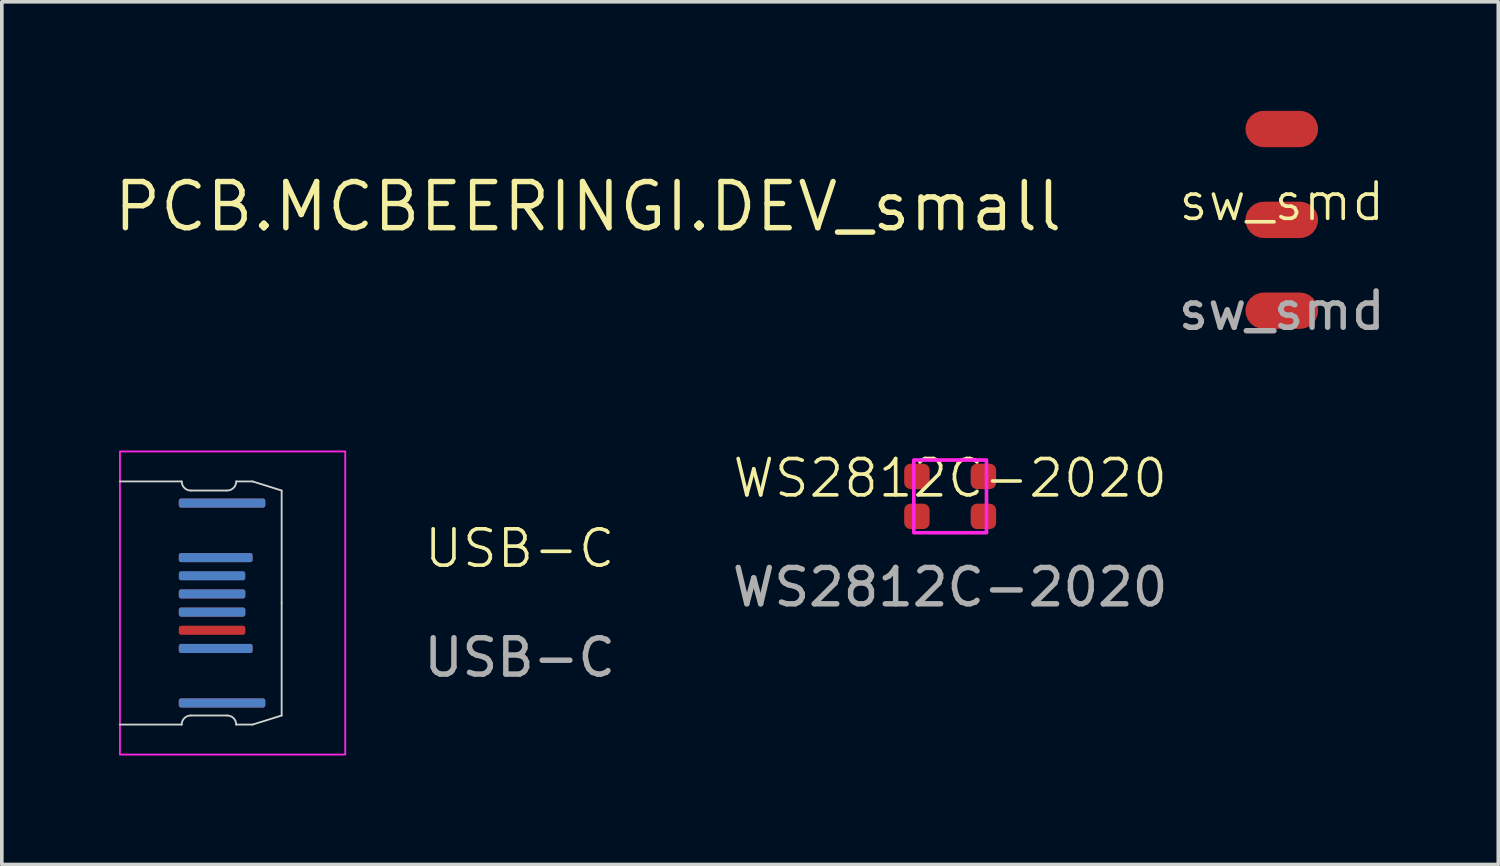
<source format=kicad_pcb>
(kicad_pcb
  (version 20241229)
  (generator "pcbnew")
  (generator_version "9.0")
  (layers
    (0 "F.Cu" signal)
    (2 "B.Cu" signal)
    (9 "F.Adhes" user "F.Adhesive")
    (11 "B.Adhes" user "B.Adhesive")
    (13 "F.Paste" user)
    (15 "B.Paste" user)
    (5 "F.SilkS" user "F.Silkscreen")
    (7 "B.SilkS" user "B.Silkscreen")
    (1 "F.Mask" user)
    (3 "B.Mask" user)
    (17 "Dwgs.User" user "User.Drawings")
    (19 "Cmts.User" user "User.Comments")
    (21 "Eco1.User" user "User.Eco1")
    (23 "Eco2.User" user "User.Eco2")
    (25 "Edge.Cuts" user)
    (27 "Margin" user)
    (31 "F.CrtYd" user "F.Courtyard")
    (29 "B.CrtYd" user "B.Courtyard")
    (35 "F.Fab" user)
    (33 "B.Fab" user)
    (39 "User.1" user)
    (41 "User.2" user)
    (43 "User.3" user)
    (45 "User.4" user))
  (footprint "WS2812C-2020"
    (layer "F.Cu")
    (at 23.095 10.609)
    (property "Reference" "WS2812C-2020" (at 0 -0.5 0) (unlocked yes) (layer "F.SilkS") (effects (font (size 1 1) (thickness 0.1))))
    (attr smd)
    (fp_rect (start -1 -1) (end 1 1) (stroke (width 0.1) (type default)) (fill no) (layer "F.CrtYd"))
    (fp_text user "${REFERENCE}" (at 0 2.5 0) (unlocked yes) (layer "F.Fab") (effects (font (size 1 1) (thickness 0.15))))
    (pad "1" smd roundrect (at 0.915 0.55) (size 0.7 0.7) (layers "F.Cu" "F.Mask" "F.Paste") (roundrect_rratio 0.25))
    (pad "2" smd roundrect (at 0.915 -0.55) (size 0.7 0.7) (layers "F.Cu" "F.Mask" "F.Paste") (roundrect_rratio 0.25))
    (pad "3" smd roundrect (at -0.915 -0.55) (size 0.7 0.7) (layers "F.Cu" "F.Mask" "F.Paste") (roundrect_rratio 0.25))
    (pad "4" smd roundrect (at -0.915 0.55) (size 0.7 0.7) (layers "F.Cu" "F.Mask" "F.Paste") (roundrect_rratio 0.25)))
  (footprint "PCB.MCBEERINGI.DEV_small"
    (layer "F.Cu")
    (at 13.131 2.635)
    (property "Reference" "PCB.MCBEERINGI.DEV_small" (at 0 0 0) (layer "F.SilkS") (effects (font (size 1.27 1.27) (thickness 0.15))))
    (attr board_only exclude_from_pos_files exclude_from_bom)
    (fp_poly (pts (xy -1.374 -1.75) (xy -1.374 -1.374) (xy -1.75 -1.374) (xy -2.125 -1.374) (xy -2.125 -1.75) (xy -2.125 -2.125) (xy -1.75 -2.125) (xy -1.374 -2.125)) (stroke (width 0) (type solid)) (fill yes) (layer "F.Mask"))
    (fp_poly (pts (xy -1.374 1.75) (xy -1.374 2.125) (xy -1.75 2.125) (xy -2.125 2.125) (xy -2.125 1.75) (xy -2.125 1.374) (xy -1.75 1.374) (xy -1.374 1.374)) (stroke (width 0) (type solid)) (fill yes) (layer "F.Mask"))
    (fp_poly (pts (xy 2.125 -1.75) (xy 2.125 -1.374) (xy 1.75 -1.374) (xy 1.374 -1.374) (xy 1.374 -1.75) (xy 1.374 -2.125) (xy 1.75 -2.125) (xy 2.125 -2.125)) (stroke (width 0) (type solid)) (fill yes) (layer "F.Mask"))
    (fp_poly (pts (xy 2.621 -0.375) (xy 2.621 -0.127) (xy 2.5 -0.127) (xy 2.38 -0.127) (xy 2.38 -0.375) (xy 2.38 -0.623) (xy 2.5 -0.623) (xy 2.621 -0.623)) (stroke (width 0) (type solid)) (fill yes) (layer "F.Mask"))
    (fp_poly (pts (xy 2.38 0.751) (xy 2.38 0.878) (xy 2.5 0.878) (xy 2.621 0.878) (xy 2.621 1.006) (xy 2.621 1.133) (xy 2.373 1.133) (xy 2.125 1.133) (xy 2.125 0.878) (xy 2.125 0.623) (xy 2.252 0.623) (xy 2.38 0.623)) (stroke (width 0) (type solid)) (fill yes) (layer "F.Mask"))
    (fp_poly (pts (xy -0.878 -1.757) (xy -0.878 -0.878) (xy -1.75 -0.878) (xy -2.621 -0.878) (xy -2.621 -1.133) (xy -2.38 -1.133) (xy -1.757 -1.133) (xy -1.133 -1.133) (xy -1.133 -1.757) (xy -1.133 -2.38) (xy -1.753 -2.377) (xy -2.373 -2.373) (xy -2.377 -1.753) (xy -2.38 -1.133) (xy -2.621 -1.133) (xy -2.621 -1.757) (xy -2.621 -2.635) (xy -1.75 -2.635) (xy -0.878 -2.635)) (stroke (width 0) (type solid)) (fill yes) (layer "F.Mask"))
    (fp_poly (pts (xy 2.621 -1.757) (xy 2.621 -0.878) (xy 1.75 -0.878) (xy 0.878 -0.878) (xy 0.878 -1.757) (xy 0.878 -1.757) (xy 1.133 -1.757) (xy 1.133 -1.133) (xy 1.757 -1.133) (xy 2.38 -1.133) (xy 2.377 -1.753) (xy 2.373 -2.373) (xy 1.753 -2.377) (xy 1.133 -2.38) (xy 1.133 -1.757) (xy 0.878 -1.757) (xy 0.878 -2.635) (xy 1.75 -2.635) (xy 2.621 -2.635)) (stroke (width 0) (type solid)) (fill yes) (layer "F.Mask"))
    (fp_poly (pts (xy -0.878 1.757) (xy -0.878 2.635) (xy -1.75 2.635) (xy -2.621 2.635) (xy -2.621 1.757) (xy -2.621 1.747) (xy -2.38 1.747) (xy -2.38 1.876) (xy -2.379 1.997) (xy -2.378 2.105) (xy -2.377 2.199) (xy -2.375 2.276) (xy -2.374 2.331) (xy -2.372 2.364) (xy -2.37 2.37) (xy -2.355 2.372) (xy -2.314 2.374) (xy -2.25 2.376) (xy -2.167 2.377) (xy -2.067 2.379) (xy -1.954 2.379) (xy -1.83 2.38) (xy -1.747 2.38) (xy -1.133 2.38) (xy -1.133 1.757) (xy -1.133 1.133) (xy -1.757 1.133) (xy -2.38 1.133) (xy -2.38 1.747) (xy -2.621 1.747) (xy -2.621 0.878) (xy -1.75 0.878) (xy -0.878 0.878)) (stroke (width 0) (type solid)) (fill yes) (layer "F.Mask"))
    (fp_poly (pts (xy 2.377 1.626) (xy 2.373 1.877) (xy 2.249 1.881) (xy 2.125 1.885) (xy 2.125 2.133) (xy 2.125 2.38) (xy 2.253 2.38) (xy 2.381 2.38) (xy 2.377 2.504) (xy 2.373 2.628) (xy 2.001 2.632) (xy 1.629 2.635) (xy 1.629 2.508) (xy 1.629 2.38) (xy 1.75 2.38) (xy 1.87 2.38) (xy 1.87 2.252) (xy 1.87 2.125) (xy 1.75 2.125) (xy 1.629 2.125) (xy 1.629 2.005) (xy 1.629 1.884) (xy 1.502 1.884) (xy 1.374 1.884) (xy 1.374 1.757) (xy 1.374 1.629) (xy 1.502 1.629) (xy 1.629 1.629) (xy 1.629 1.75) (xy 1.629 1.87) (xy 1.75 1.87) (xy 1.87 1.87) (xy 1.87 1.622) (xy 1.87 1.374) (xy 2.125 1.374) (xy 2.381 1.374)) (stroke (width 0) (type solid)) (fill yes) (layer "F.Mask"))
    (fp_poly (pts (xy -1.629 -0.496) (xy -1.629 -0.368) (xy -1.75 -0.368) (xy -1.87 -0.368) (xy -1.87 -0.248) (xy -1.87 -0.127) (xy -1.622 -0.127) (xy -1.374 -0.127) (xy -1.374 0.128) (xy -1.374 0.384) (xy -1.498 0.379) (xy -1.622 0.375) (xy -1.626 0.251) (xy -1.63 0.127) (xy -1.75 0.127) (xy -1.869 0.127) (xy -1.873 0.251) (xy -1.877 0.375) (xy -2.001 0.379) (xy -2.125 0.384) (xy -2.125 0.503) (xy -2.125 0.623) (xy -2.252 0.623) (xy -2.38 0.623) (xy -2.38 0.375) (xy -2.38 0.128) (xy -2.129 0.124) (xy -1.877 0.12) (xy -1.877 0) (xy -1.877 -0.12) (xy -2.125 -0.12) (xy -2.373 -0.12) (xy -2.377 0.004) (xy -2.381 0.127) (xy -2.5 0.127) (xy -2.621 0.127) (xy -2.621 -0.248) (xy -2.621 -0.623) (xy -2.125 -0.623) (xy -1.629 -0.623)) (stroke (width 0) (type solid)) (fill yes) (layer "F.Mask"))
    (fp_poly (pts (xy 0.878 -0.503) (xy 0.878 -0.382) (xy 1.126 -0.382) (xy 1.374 -0.382) (xy 1.374 -0.503) (xy 1.374 -0.623) (xy 1.75 -0.623) (xy 2.125 -0.623) (xy 2.125 -0.496) (xy 2.125 -0.368) (xy 1.877 -0.368) (xy 1.629 -0.368) (xy 1.629 -0.248) (xy 1.629 -0.127) (xy 1.877 -0.127) (xy 2.125 -0.127) (xy 2.125 0) (xy 2.125 0.127) (xy 1.997 0.127) (xy 1.87 0.127) (xy 1.87 0.255) (xy 1.87 0.382) (xy 1.75 0.382) (xy 1.629 0.382) (xy 1.629 0.255) (xy 1.629 0.127) (xy 1.502 0.127) (xy 1.374 0.127) (xy 1.374 0.256) (xy 1.374 0.384) (xy 1.25 0.379) (xy 1.126 0.375) (xy 1.122 0.124) (xy 1.118 -0.127) (xy 0.999 -0.127) (xy 0.879 -0.127) (xy 0.875 0.124) (xy 0.871 0.375) (xy 0.747 0.379) (xy 0.623 0.384) (xy 0.623 -0.12) (xy 0.623 -0.623) (xy 0.751 -0.623) (xy 0.878 -0.623)) (stroke (width 0) (type solid)) (fill yes) (layer "F.Mask"))
    (fp_poly (pts (xy -0.127 -2.507) (xy -0.127 -2.38) (xy 0 -2.38) (xy 0.127 -2.38) (xy 0.127 -2.507) (xy 0.127 -2.635) (xy 0.375 -2.635) (xy 0.623 -2.635) (xy 0.623 -2.507) (xy 0.623 -2.38) (xy 0.503 -2.38) (xy 0.382 -2.38) (xy 0.382 -2.132) (xy 0.382 -1.884) (xy 0.503 -1.884) (xy 0.623 -1.884) (xy 0.623 -1.757) (xy 0.623 -1.629) (xy 0.375 -1.629) (xy 0.127 -1.629) (xy 0.127 -1.502) (xy 0.127 -1.374) (xy 0 -1.374) (xy -0.127 -1.374) (xy -0.127 -1.254) (xy -0.127 -1.133) (xy 0 -1.133) (xy 0.127 -1.133) (xy 0.127 -1.254) (xy 0.127 -1.374) (xy 0.375 -1.374) (xy 0.623 -1.374) (xy 0.623 -0.999) (xy 0.623 -0.623) (xy 0.503 -0.623) (xy 0.383 -0.623) (xy 0.379 -0.251) (xy 0.375 0.12) (xy 0.124 0.124) (xy -0.127 0.128) (xy -0.127 0.000327) (xy -0.127 -0.127) (xy -0.247 -0.127) (xy -0.367 -0.127) (xy -0.371 -0.004) (xy -0.375 0.12) (xy -0.499 0.125) (xy -0.623 0.129) (xy -0.623 0.248) (xy -0.623 0.368) (xy -0.375 0.368) (xy -0.127 0.368) (xy -0.127 0.623) (xy -0.127 0.878) (xy 0 0.878) (xy 0.127 0.878) (xy 0.127 0.999) (xy 0.127 1.119) (xy 0.375 1.119) (xy 0.623 1.119) (xy 0.623 0.999) (xy 0.623 0.878) (xy 0.751 0.878) (xy 0.878 0.878) (xy 0.878 0.999) (xy 0.878 1.119) (xy 1.126 1.119) (xy 1.374 1.119) (xy 1.374 0.871) (xy 1.374 0.623) (xy 1.502 0.623) (xy 1.629 0.623) (xy 1.629 0.751) (xy 1.629 0.878) (xy 1.75 0.878) (xy 1.87 0.878) (xy 1.87 1.126) (xy 1.87 1.374) (xy 1.502 1.374) (xy 1.134 1.374) (xy 1.13 1.626) (xy 1.126 1.877) (xy 1.002 1.881) (xy 0.878 1.885) (xy 0.878 2.005) (xy 0.878 2.125) (xy 1.126 2.125) (xy 1.374 2.125) (xy 1.374 2.38) (xy 1.374 2.636) (xy 1.25 2.632) (xy 1.126 2.628) (xy 1.122 2.504) (xy 1.118 2.38) (xy 0.999 2.38) (xy 0.879 2.38) (xy 0.875 2.504) (xy 0.871 2.628) (xy 0.747 2.632) (xy 0.623 2.636) (xy 0.623 2.508) (xy 0.623 2.38) (xy 0.375 2.38) (xy 0.127 2.38) (xy 0.127 2.252) (xy 0.127 2.125) (xy -0.12 2.125) (xy -0.368 2.125) (xy -0.372 2.376) (xy -0.375 2.628) (xy -0.499 2.632) (xy -0.623 2.636) (xy -0.623 2.133) (xy -0.623 1.629) (xy -0.496 1.629) (xy -0.368 1.629) (xy -0.368 1.75) (xy -0.368 1.87) (xy 0.255 1.87) (xy 0.878 1.87) (xy 0.878 1.75) (xy 0.878 1.63) (xy 0.627 1.626) (xy 0.375 1.622) (xy 0.371 1.498) (xy 0.367 1.374) (xy 0.247 1.374) (xy 0.127 1.374) (xy 0.127 1.502) (xy 0.127 1.629) (xy 0 1.629) (xy -0.127 1.629) (xy -0.127 1.382) (xy -0.127 1.254) (xy 0.623 1.254) (xy 0.623 1.374) (xy 0.751 1.374) (xy 0.878 1.374) (xy 0.878 1.254) (xy 0.878 1.133) (xy 0.751 1.133) (xy 0.623 1.133) (xy 0.623 1.254) (xy -0.127 1.254) (xy -0.127 1.134) (xy -0.251 1.13) (xy -0.375 1.126) (xy -0.379 1.002) (xy -0.384 0.878) (xy -0.503 0.878) (xy -0.623 0.878) (xy -0.623 0.63) (xy -0.623 0.382) (xy -0.751 0.382) (xy -0.878 0.382) (xy -0.878 0.503) (xy -0.878 0.623) (xy -1.006 0.623) (xy -1.134 0.623) (xy -1.13 0.499) (xy -1.126 0.375) (xy -1.002 0.371) (xy -0.878 0.367) (xy -0.878 0.248) (xy -0.878 0.129) (xy -1.002 0.125) (xy -1.126 0.12) (xy -1.126 0) (xy -1.126 -0.12) (xy -1.002 -0.125) (xy -0.878 -0.129) (xy -0.878 -0.248) (xy -0.623 -0.248) (xy -0.623 -0.127) (xy -0.503 -0.127) (xy -0.382 -0.127) (xy -0.382 -0.248) (xy -0.382 -0.368) (xy -0.503 -0.368) (xy -0.623 -0.368) (xy -0.623 -0.248) (xy -0.878 -0.248) (xy -0.878 -0.367) (xy -1.002 -0.371) (xy -1.126 -0.375) (xy -1.13 -0.499) (xy -1.134 -0.623) (xy -1.006 -0.623) (xy -0.878 -0.623) (xy -0.878 -0.503) (xy -0.878 -0.382) (xy -0.751 -0.382) (xy -0.623 -0.382) (xy -0.623 -0.503) (xy -0.368 -0.503) (xy -0.368 -0.382) (xy -0.248 -0.382) (xy -0.127 -0.382) (xy -0.127 -0.255) (xy -0.127 -0.127) (xy 0 -0.127) (xy 0.127 -0.127) (xy 0.127 -0.375) (xy 0.127 -0.623) (xy -0.12 -0.623) (xy -0.368 -0.623) (xy -0.368 -0.503) (xy -0.623 -0.503) (xy -0.623 -0.623) (xy -0.503 -0.623) (xy -0.382 -0.623) (xy -0.382 -0.751) (xy -0.382 -0.878) (xy -0.503 -0.878) (xy -0.623 -0.878) (xy -0.623 -0.999) (xy -0.368 -0.999) (xy -0.368 -0.878) (xy -0.248 -0.878) (xy -0.127 -0.878) (xy -0.127 -0.999) (xy 0.127 -0.999) (xy 0.127 -0.878) (xy 0.248 -0.878) (xy 0.368 -0.878) (xy 0.368 -0.999) (xy 0.368 -1.119) (xy 0.248 -1.119) (xy 0.127 -1.119) (xy 0.127 -0.999) (xy -0.127 -0.999) (xy -0.127 -1.119) (xy -0.248 -1.119) (xy -0.368 -1.119) (xy -0.368 -0.999) (xy -0.623 -0.999) (xy -0.623 -1.006) (xy -0.623 -1.133) (xy -0.503 -1.133) (xy -0.382 -1.133) (xy -0.382 -1.254) (xy -0.382 -1.374) (xy -0.503 -1.374) (xy -0.623 -1.374) (xy -0.623 -1.75) (xy -0.623 -2.125) (xy -0.496 -2.125) (xy -0.368 -2.125) (xy -0.368 -1.75) (xy -0.368 -1.374) (xy -0.248 -1.374) (xy -0.128 -1.374) (xy -0.124 -1.626) (xy -0.12 -1.877) (xy 0.004 -1.881) (xy 0.127 -1.885) (xy 0.127 -2.005) (xy 0.127 -2.125) (xy 0 -2.125) (xy -0.127 -2.125) (xy -0.127 -2.252) (xy -0.127 -2.38) (xy -0.375 -2.38) (xy -0.623 -2.38) (xy -0.623 -2.507) (xy -0.623 -2.635) (xy -0.375 -2.635) (xy -0.127 -2.635)) (stroke (width 0) (type solid)) (fill yes) (layer "F.Mask")))
  (footprint "sw_smd"
    (layer "F.Cu")
    (at 32.22 3)
    (property "Reference" "sw_smd" (at 0 -0.5 0) (unlocked yes) (layer "F.SilkS") (effects (font (size 1 1) (thickness 0.1))))
    (attr smd)
    (fp_text user "${REFERENCE}" (at 0 2.5 0) (unlocked yes) (layer "F.Fab") (effects (font (size 1 1) (thickness 0.15))))
    (pad "1" smd roundrect (at 0 -2.5) (size 2 1) (layers "F.Cu" "F.Mask" "F.Paste") (roundrect_rratio 0.5))
    (pad "2" smd roundrect (at 0 0) (size 2 1) (layers "F.Cu" "F.Mask" "F.Paste") (roundrect_rratio 0.5))
    (pad "3" smd roundrect (at 0 2.5) (size 2 1) (layers "F.Cu" "F.Mask" "F.Paste") (roundrect_rratio 0.5)))
  (footprint "USB-C"
    (layer "F.Cu")
    (at 0.25 13.543)
    (property "Reference" "USB-C" (at 11 -1.5 0) (unlocked yes) (layer "F.SilkS") (effects (font (size 1 1) (thickness 0.1))))
    (attr smd)
    (fp_line (start 0 -3.345) (end 1.7 -3.345) (stroke (width 0.05) (type default)) (layer "Edge.Cuts"))
    (fp_line (start 0 3.345) (end 1.7 3.345) (stroke (width 0.05) (type default)) (layer "Edge.Cuts"))
    (fp_line (start 1.95 -3.095) (end 2.95 -3.095) (stroke (width 0.05) (type default)) (layer "Edge.Cuts"))
    (fp_line (start 1.95 3.095) (end 2.95 3.095) (stroke (width 0.05) (type default)) (layer "Edge.Cuts"))
    (fp_line (start 3.2 -3.345) (end 3.65 -3.345) (stroke (width 0.05) (type default)) (layer "Edge.Cuts"))
    (fp_line (start 3.2 3.345) (end 3.65 3.345) (stroke (width 0.05) (type default)) (layer "Edge.Cuts"))
    (fp_line (start 3.65 -3.345) (end 4.45 -3.095) (stroke (width 0.05) (type default)) (layer "Edge.Cuts"))
    (fp_line (start 3.65 3.345) (end 4.45 3.095) (stroke (width 0.05) (type default)) (layer "Edge.Cuts"))
    (fp_line (start 4.45 -3.095) (end 4.45 0) (stroke (width 0.05) (type default)) (layer "Edge.Cuts"))
    (fp_line (start 4.45 3.095) (end 4.45 0) (stroke (width 0.05) (type default)) (layer "Edge.Cuts"))
    (fp_arc (start 1.7 3.345) (mid 1.773223 3.168223) (end 1.95 3.095) (stroke (width 0.05) (type default)) (layer "Edge.Cuts"))
    (fp_arc (start 1.95 -3.095) (mid 1.773223 -3.168223) (end 1.7 -3.345) (stroke (width 0.05) (type default)) (layer "Edge.Cuts"))
    (fp_arc (start 2.95 3.095) (mid 3.126777 3.168223) (end 3.2 3.345) (stroke (width 0.05) (type default)) (layer "Edge.Cuts"))
    (fp_arc (start 3.2 -3.345) (mid 3.126777 -3.168223) (end 2.95 -3.095) (stroke (width 0.05) (type default)) (layer "Edge.Cuts"))
    (fp_rect (start 0 -4.17) (end 6.2 4.17) (stroke (width 0.05) (type default)) (fill no) (layer "F.CrtYd"))
    (fp_text user "${REFERENCE}" (at 11 1.5 0) (unlocked yes) (layer "F.Fab") (effects (font (size 1 1) (thickness 0.15))))
    (pad "1" smd roundrect (at 2.81 -2.75) (size 2.38 0.25) (layers "F.Cu" "F.Mask" "F.Paste") (roundrect_rratio 0.25))
    (pad "1" smd roundrect (at 2.81 -2.75) (size 2.38 0.25) (layers "B.Cu" "B.Mask" "B.Paste") (roundrect_rratio 0.25))
    (pad "1" smd roundrect (at 2.81 2.75) (size 2.38 0.25) (layers "F.Cu" "F.Mask" "F.Paste") (roundrect_rratio 0.25))
    (pad "1" smd roundrect (at 2.81 2.75) (size 2.38 0.25) (layers "B.Cu" "B.Mask" "B.Paste") (roundrect_rratio 0.25))
    (pad "2" smd roundrect (at 2.535 -0.25) (size 1.83 0.25) (layers "B.Cu" "B.Mask" "B.Paste") (roundrect_rratio 0.25))
    (pad "2" smd roundrect (at 2.535 0.25) (size 1.83 0.25) (layers "F.Cu" "F.Mask" "F.Paste") (roundrect_rratio 0.25))
    (pad "3" smd roundrect (at 2.535 -0.25) (size 1.83 0.25) (layers "F.Cu" "F.Mask" "F.Paste") (roundrect_rratio 0.25))
    (pad "3" smd roundrect (at 2.535 0.25) (size 1.83 0.25) (layers "B.Cu" "B.Mask" "B.Paste") (roundrect_rratio 0.25))
    (pad "4" smd roundrect (at 2.635 -1.25) (size 2.03 0.25) (layers "F.Cu" "F.Mask" "F.Paste") (roundrect_rratio 0.25))
    (pad "4" smd roundrect (at 2.635 -1.25) (size 2.03 0.25) (layers "B.Cu" "B.Mask" "B.Paste") (roundrect_rratio 0.25))
    (pad "4" smd roundrect (at 2.635 1.25) (size 2.03 0.25) (layers "F.Cu" "F.Mask" "F.Paste") (roundrect_rratio 0.25))
    (pad "4" smd roundrect (at 2.635 1.25) (size 2.03 0.25) (layers "B.Cu" "B.Mask" "B.Paste") (roundrect_rratio 0.25))
    (pad "5" smd roundrect (at 2.535 0.75) (size 1.83 0.25) (layers "F.Cu" "F.Mask" "F.Paste") (roundrect_rratio 0.25))
    (pad "6" smd roundrect (at 2.535 -0.75) (size 1.83 0.25) (layers "B.Cu" "B.Mask" "B.Paste") (roundrect_rratio 0.25)))
  (gr_rect
    (start -3 -3)
    (end 38.178 20.738)
    (stroke (width 0.1) (type default))
    (fill no)
    (layer "Edge.Cuts")))
</source>
